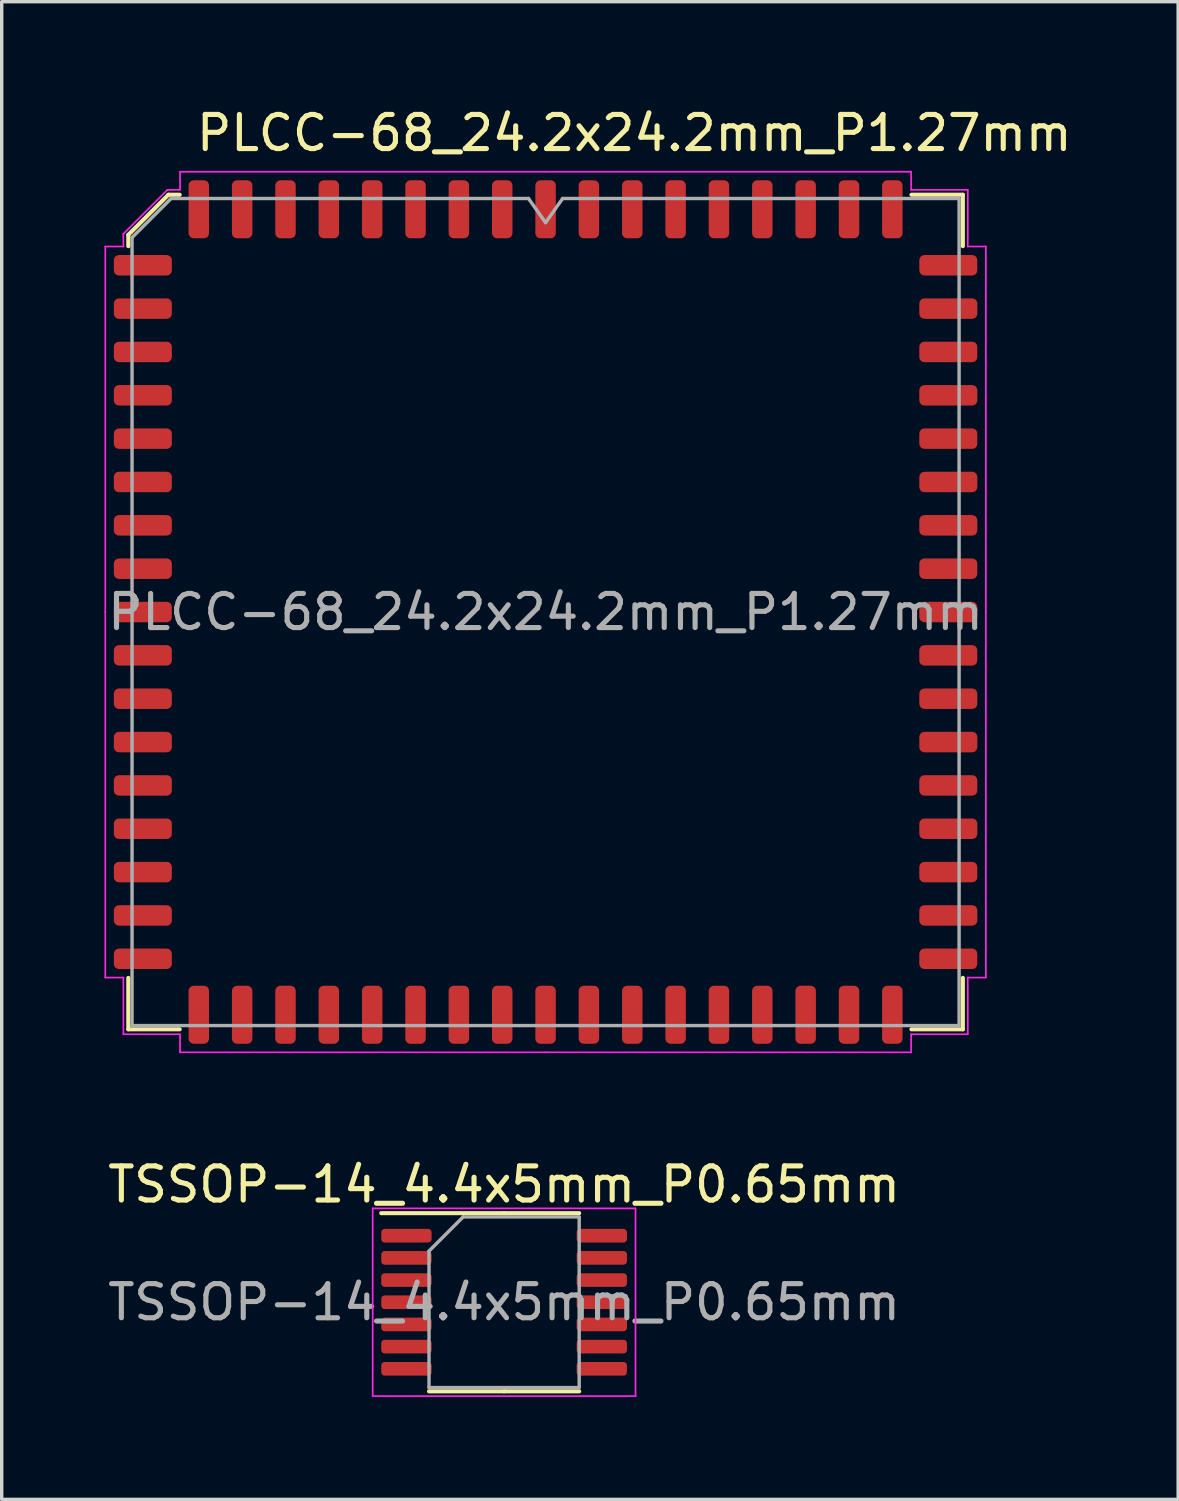
<source format=kicad_pcb>
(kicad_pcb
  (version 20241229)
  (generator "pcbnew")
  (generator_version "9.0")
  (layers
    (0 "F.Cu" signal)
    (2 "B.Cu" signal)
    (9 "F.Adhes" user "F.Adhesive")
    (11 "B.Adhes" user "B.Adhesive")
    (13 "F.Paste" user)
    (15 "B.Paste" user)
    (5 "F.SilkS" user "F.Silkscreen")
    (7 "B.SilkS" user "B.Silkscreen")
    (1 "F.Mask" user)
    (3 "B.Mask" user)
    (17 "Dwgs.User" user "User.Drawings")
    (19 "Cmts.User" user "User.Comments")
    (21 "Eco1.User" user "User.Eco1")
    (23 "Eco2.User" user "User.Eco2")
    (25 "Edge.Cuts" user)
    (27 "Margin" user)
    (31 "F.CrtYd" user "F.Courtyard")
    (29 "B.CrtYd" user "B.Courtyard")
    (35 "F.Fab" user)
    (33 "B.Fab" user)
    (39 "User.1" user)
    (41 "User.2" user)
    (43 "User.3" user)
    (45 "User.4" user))
  (footprint "TSSOP-14_4.4x5mm_P0.65mm"
    (layer "F.Cu")
    (at 11.72 35.105)
    (property "Reference" "TSSOP-14_4.4x5mm_P0.65mm" (at 0 -3.45 0) (layer "F.SilkS") (effects (font (size 1 1) (thickness 0.15))))
    (attr smd)
    (fp_line (start 0 -2.61) (end -3.6 -2.61) (stroke (width 0.12) (type solid)) (layer "F.SilkS"))
    (fp_line (start 0 -2.61) (end 2.2 -2.61) (stroke (width 0.12) (type solid)) (layer "F.SilkS"))
    (fp_line (start 0 2.61) (end -2.2 2.61) (stroke (width 0.12) (type solid)) (layer "F.SilkS"))
    (fp_line (start 0 2.61) (end 2.2 2.61) (stroke (width 0.12) (type solid)) (layer "F.SilkS"))
    (fp_line (start -3.85 -2.75) (end -3.85 2.75) (stroke (width 0.05) (type solid)) (layer "F.CrtYd"))
    (fp_line (start -3.85 2.75) (end 3.85 2.75) (stroke (width 0.05) (type solid)) (layer "F.CrtYd"))
    (fp_line (start 3.85 -2.75) (end -3.85 -2.75) (stroke (width 0.05) (type solid)) (layer "F.CrtYd"))
    (fp_line (start 3.85 2.75) (end 3.85 -2.75) (stroke (width 0.05) (type solid)) (layer "F.CrtYd"))
    (fp_line (start -2.2 -1.5) (end -1.2 -2.5) (stroke (width 0.1) (type solid)) (layer "F.Fab"))
    (fp_line (start -2.2 2.5) (end -2.2 -1.5) (stroke (width 0.1) (type solid)) (layer "F.Fab"))
    (fp_line (start -1.2 -2.5) (end 2.2 -2.5) (stroke (width 0.1) (type solid)) (layer "F.Fab"))
    (fp_line (start 2.2 -2.5) (end 2.2 2.5) (stroke (width 0.1) (type solid)) (layer "F.Fab"))
    (fp_line (start 2.2 2.5) (end -2.2 2.5) (stroke (width 0.1) (type solid)) (layer "F.Fab"))
    (fp_text user "${REFERENCE}" (at 0 0 0) (layer "F.Fab") (effects (font (size 1 1) (thickness 0.15))))
    (pad "1" smd roundrect (at -2.862 -1.95) (size 1.475 0.4) (layers "F.Cu" "F.Mask" "F.Paste") (roundrect_rratio 0.25))
    (pad "2" smd roundrect (at -2.862 -1.3) (size 1.475 0.4) (layers "F.Cu" "F.Mask" "F.Paste") (roundrect_rratio 0.25))
    (pad "3" smd roundrect (at -2.862 -0.65) (size 1.475 0.4) (layers "F.Cu" "F.Mask" "F.Paste") (roundrect_rratio 0.25))
    (pad "4" smd roundrect (at -2.862 0) (size 1.475 0.4) (layers "F.Cu" "F.Mask" "F.Paste") (roundrect_rratio 0.25))
    (pad "5" smd roundrect (at -2.862 0.65) (size 1.475 0.4) (layers "F.Cu" "F.Mask" "F.Paste") (roundrect_rratio 0.25))
    (pad "6" smd roundrect (at -2.862 1.3) (size 1.475 0.4) (layers "F.Cu" "F.Mask" "F.Paste") (roundrect_rratio 0.25))
    (pad "7" smd roundrect (at -2.862 1.95) (size 1.475 0.4) (layers "F.Cu" "F.Mask" "F.Paste") (roundrect_rratio 0.25))
    (pad "8" smd roundrect (at 2.862 1.95) (size 1.475 0.4) (layers "F.Cu" "F.Mask" "F.Paste") (roundrect_rratio 0.25))
    (pad "9" smd roundrect (at 2.862 1.3) (size 1.475 0.4) (layers "F.Cu" "F.Mask" "F.Paste") (roundrect_rratio 0.25))
    (pad "10" smd roundrect (at 2.862 0.65) (size 1.475 0.4) (layers "F.Cu" "F.Mask" "F.Paste") (roundrect_rratio 0.25))
    (pad "11" smd roundrect (at 2.862 0) (size 1.475 0.4) (layers "F.Cu" "F.Mask" "F.Paste") (roundrect_rratio 0.25))
    (pad "12" smd roundrect (at 2.862 -0.65) (size 1.475 0.4) (layers "F.Cu" "F.Mask" "F.Paste") (roundrect_rratio 0.25))
    (pad "13" smd roundrect (at 2.862 -1.3) (size 1.475 0.4) (layers "F.Cu" "F.Mask" "F.Paste") (roundrect_rratio 0.25))
    (pad "14" smd roundrect (at 2.862 -1.95) (size 1.475 0.4) (layers "F.Cu" "F.Mask" "F.Paste") (roundrect_rratio 0.25)))
  (footprint "PLCC-68_24.2x24.2mm_P1.27mm"
    (layer "F.Cu")
    (at 12.935 14.882)
    (property "Reference" "PLCC-68_24.2x24.2mm_P1.27mm" (at 2.6 -14.034 0) (layer "F.SilkS") (effects (font (size 1 1) (thickness 0.15))))
    (attr smd)
    (fp_line (start -12.226 -11.051) (end -12.226 -10.72) (stroke (width 0.12) (type solid)) (layer "F.SilkS"))
    (fp_line (start -12.226 12.226) (end -12.226 10.72) (stroke (width 0.12) (type solid)) (layer "F.SilkS"))
    (fp_line (start -11.051 -12.226) (end -12.226 -11.051) (stroke (width 0.12) (type solid)) (layer "F.SilkS"))
    (fp_line (start -10.72 -12.226) (end -11.051 -12.226) (stroke (width 0.12) (type solid)) (layer "F.SilkS"))
    (fp_line (start -10.72 12.226) (end -12.226 12.226) (stroke (width 0.12) (type solid)) (layer "F.SilkS"))
    (fp_line (start 10.72 -12.226) (end 12.226 -12.226) (stroke (width 0.12) (type solid)) (layer "F.SilkS"))
    (fp_line (start 10.72 12.226) (end 12.226 12.226) (stroke (width 0.12) (type solid)) (layer "F.SilkS"))
    (fp_line (start 12.226 -12.226) (end 12.226 -10.72) (stroke (width 0.12) (type solid)) (layer "F.SilkS"))
    (fp_line (start 12.226 12.226) (end 12.226 10.72) (stroke (width 0.12) (type solid)) (layer "F.SilkS"))
    (fp_line (start -12.9 -10.71) (end -12.9 0) (stroke (width 0.05) (type solid)) (layer "F.CrtYd"))
    (fp_line (start -12.9 10.71) (end -12.9 0) (stroke (width 0.05) (type solid)) (layer "F.CrtYd"))
    (fp_line (start -12.37 -11.08) (end -12.37 -10.71) (stroke (width 0.05) (type solid)) (layer "F.CrtYd"))
    (fp_line (start -12.37 -10.71) (end -12.9 -10.71) (stroke (width 0.05) (type solid)) (layer "F.CrtYd"))
    (fp_line (start -12.37 10.71) (end -12.9 10.71) (stroke (width 0.05) (type solid)) (layer "F.CrtYd"))
    (fp_line (start -12.37 12.37) (end -12.37 10.71) (stroke (width 0.05) (type solid)) (layer "F.CrtYd"))
    (fp_line (start -11.08 -12.37) (end -12.37 -11.08) (stroke (width 0.05) (type solid)) (layer "F.CrtYd"))
    (fp_line (start -10.71 -12.9) (end -10.71 -12.37) (stroke (width 0.05) (type solid)) (layer "F.CrtYd"))
    (fp_line (start -10.71 -12.37) (end -11.08 -12.37) (stroke (width 0.05) (type solid)) (layer "F.CrtYd"))
    (fp_line (start -10.71 12.37) (end -12.37 12.37) (stroke (width 0.05) (type solid)) (layer "F.CrtYd"))
    (fp_line (start -10.71 12.9) (end -10.71 12.37) (stroke (width 0.05) (type solid)) (layer "F.CrtYd"))
    (fp_line (start 0 -12.9) (end -10.71 -12.9) (stroke (width 0.05) (type solid)) (layer "F.CrtYd"))
    (fp_line (start 0 -12.9) (end 10.71 -12.9) (stroke (width 0.05) (type solid)) (layer "F.CrtYd"))
    (fp_line (start 0 12.9) (end -10.71 12.9) (stroke (width 0.05) (type solid)) (layer "F.CrtYd"))
    (fp_line (start 0 12.9) (end 10.71 12.9) (stroke (width 0.05) (type solid)) (layer "F.CrtYd"))
    (fp_line (start 10.71 -12.9) (end 10.71 -12.37) (stroke (width 0.05) (type solid)) (layer "F.CrtYd"))
    (fp_line (start 10.71 -12.37) (end 12.37 -12.37) (stroke (width 0.05) (type solid)) (layer "F.CrtYd"))
    (fp_line (start 10.71 12.37) (end 12.37 12.37) (stroke (width 0.05) (type solid)) (layer "F.CrtYd"))
    (fp_line (start 10.71 12.9) (end 10.71 12.37) (stroke (width 0.05) (type solid)) (layer "F.CrtYd"))
    (fp_line (start 12.37 -12.37) (end 12.37 -10.71) (stroke (width 0.05) (type solid)) (layer "F.CrtYd"))
    (fp_line (start 12.37 -10.71) (end 12.9 -10.71) (stroke (width 0.05) (type solid)) (layer "F.CrtYd"))
    (fp_line (start 12.37 10.71) (end 12.9 10.71) (stroke (width 0.05) (type solid)) (layer "F.CrtYd"))
    (fp_line (start 12.37 12.37) (end 12.37 10.71) (stroke (width 0.05) (type solid)) (layer "F.CrtYd"))
    (fp_line (start 12.9 -10.71) (end 12.9 0) (stroke (width 0.05) (type solid)) (layer "F.CrtYd"))
    (fp_line (start 12.9 10.71) (end 12.9 0) (stroke (width 0.05) (type solid)) (layer "F.CrtYd"))
    (fp_line (start -12.116 -10.973) (end -10.973 -12.116) (stroke (width 0.1) (type solid)) (layer "F.Fab"))
    (fp_line (start -12.116 12.116) (end -12.116 -10.973) (stroke (width 0.1) (type solid)) (layer "F.Fab"))
    (fp_line (start -10.973 -12.116) (end -0.5 -12.116) (stroke (width 0.1) (type solid)) (layer "F.Fab"))
    (fp_line (start -0.5 -12.116) (end 0 -11.409) (stroke (width 0.1) (type solid)) (layer "F.Fab"))
    (fp_line (start 0 -11.409) (end 0.5 -12.116) (stroke (width 0.1) (type solid)) (layer "F.Fab"))
    (fp_line (start 0.5 -12.116) (end 12.116 -12.116) (stroke (width 0.1) (type solid)) (layer "F.Fab"))
    (fp_line (start 12.116 -12.116) (end 12.116 12.116) (stroke (width 0.1) (type solid)) (layer "F.Fab"))
    (fp_line (start 12.116 12.116) (end -12.116 12.116) (stroke (width 0.1) (type solid)) (layer "F.Fab"))
    (fp_text user "${REFERENCE}" (at 0 0 0) (layer "F.Fab") (effects (font (size 1 1) (thickness 0.15))))
    (pad "1" smd roundrect (at 0 -11.8) (size 0.6 1.7) (layers "F.Cu" "F.Mask" "F.Paste") (roundrect_rratio 0.25))
    (pad "2" smd roundrect (at -1.27 -11.8) (size 0.6 1.7) (layers "F.Cu" "F.Mask" "F.Paste") (roundrect_rratio 0.25))
    (pad "3" smd roundrect (at -2.54 -11.8) (size 0.6 1.7) (layers "F.Cu" "F.Mask" "F.Paste") (roundrect_rratio 0.25))
    (pad "4" smd roundrect (at -3.81 -11.8) (size 0.6 1.7) (layers "F.Cu" "F.Mask" "F.Paste") (roundrect_rratio 0.25))
    (pad "5" smd roundrect (at -5.08 -11.8) (size 0.6 1.7) (layers "F.Cu" "F.Mask" "F.Paste") (roundrect_rratio 0.25))
    (pad "6" smd roundrect (at -6.35 -11.8) (size 0.6 1.7) (layers "F.Cu" "F.Mask" "F.Paste") (roundrect_rratio 0.25))
    (pad "7" smd roundrect (at -7.62 -11.8) (size 0.6 1.7) (layers "F.Cu" "F.Mask" "F.Paste") (roundrect_rratio 0.25))
    (pad "8" smd roundrect (at -8.89 -11.8) (size 0.6 1.7) (layers "F.Cu" "F.Mask" "F.Paste") (roundrect_rratio 0.25))
    (pad "9" smd roundrect (at -10.16 -11.8) (size 0.6 1.7) (layers "F.Cu" "F.Mask" "F.Paste") (roundrect_rratio 0.25))
    (pad "10" smd roundrect (at -11.8 -10.16) (size 1.7 0.6) (layers "F.Cu" "F.Mask" "F.Paste") (roundrect_rratio 0.25))
    (pad "11" smd roundrect (at -11.8 -8.89) (size 1.7 0.6) (layers "F.Cu" "F.Mask" "F.Paste") (roundrect_rratio 0.25))
    (pad "12" smd roundrect (at -11.8 -7.62) (size 1.7 0.6) (layers "F.Cu" "F.Mask" "F.Paste") (roundrect_rratio 0.25))
    (pad "13" smd roundrect (at -11.8 -6.35) (size 1.7 0.6) (layers "F.Cu" "F.Mask" "F.Paste") (roundrect_rratio 0.25))
    (pad "14" smd roundrect (at -11.8 -5.08) (size 1.7 0.6) (layers "F.Cu" "F.Mask" "F.Paste") (roundrect_rratio 0.25))
    (pad "15" smd roundrect (at -11.8 -3.81) (size 1.7 0.6) (layers "F.Cu" "F.Mask" "F.Paste") (roundrect_rratio 0.25))
    (pad "16" smd roundrect (at -11.8 -2.54) (size 1.7 0.6) (layers "F.Cu" "F.Mask" "F.Paste") (roundrect_rratio 0.25))
    (pad "17" smd roundrect (at -11.8 -1.27) (size 1.7 0.6) (layers "F.Cu" "F.Mask" "F.Paste") (roundrect_rratio 0.25))
    (pad "18" smd roundrect (at -11.8 0) (size 1.7 0.6) (layers "F.Cu" "F.Mask" "F.Paste") (roundrect_rratio 0.25))
    (pad "19" smd roundrect (at -11.8 1.27) (size 1.7 0.6) (layers "F.Cu" "F.Mask" "F.Paste") (roundrect_rratio 0.25))
    (pad "20" smd roundrect (at -11.8 2.54) (size 1.7 0.6) (layers "F.Cu" "F.Mask" "F.Paste") (roundrect_rratio 0.25))
    (pad "21" smd roundrect (at -11.8 3.81) (size 1.7 0.6) (layers "F.Cu" "F.Mask" "F.Paste") (roundrect_rratio 0.25))
    (pad "22" smd roundrect (at -11.8 5.08) (size 1.7 0.6) (layers "F.Cu" "F.Mask" "F.Paste") (roundrect_rratio 0.25))
    (pad "23" smd roundrect (at -11.8 6.35) (size 1.7 0.6) (layers "F.Cu" "F.Mask" "F.Paste") (roundrect_rratio 0.25))
    (pad "24" smd roundrect (at -11.8 7.62) (size 1.7 0.6) (layers "F.Cu" "F.Mask" "F.Paste") (roundrect_rratio 0.25))
    (pad "25" smd roundrect (at -11.8 8.89) (size 1.7 0.6) (layers "F.Cu" "F.Mask" "F.Paste") (roundrect_rratio 0.25))
    (pad "26" smd roundrect (at -11.8 10.16) (size 1.7 0.6) (layers "F.Cu" "F.Mask" "F.Paste") (roundrect_rratio 0.25))
    (pad "27" smd roundrect (at -10.16 11.8) (size 0.6 1.7) (layers "F.Cu" "F.Mask" "F.Paste") (roundrect_rratio 0.25))
    (pad "28" smd roundrect (at -8.89 11.8) (size 0.6 1.7) (layers "F.Cu" "F.Mask" "F.Paste") (roundrect_rratio 0.25))
    (pad "29" smd roundrect (at -7.62 11.8) (size 0.6 1.7) (layers "F.Cu" "F.Mask" "F.Paste") (roundrect_rratio 0.25))
    (pad "30" smd roundrect (at -6.35 11.8) (size 0.6 1.7) (layers "F.Cu" "F.Mask" "F.Paste") (roundrect_rratio 0.25))
    (pad "31" smd roundrect (at -5.08 11.8) (size 0.6 1.7) (layers "F.Cu" "F.Mask" "F.Paste") (roundrect_rratio 0.25))
    (pad "32" smd roundrect (at -3.81 11.8) (size 0.6 1.7) (layers "F.Cu" "F.Mask" "F.Paste") (roundrect_rratio 0.25))
    (pad "33" smd roundrect (at -2.54 11.8) (size 0.6 1.7) (layers "F.Cu" "F.Mask" "F.Paste") (roundrect_rratio 0.25))
    (pad "34" smd roundrect (at -1.27 11.8) (size 0.6 1.7) (layers "F.Cu" "F.Mask" "F.Paste") (roundrect_rratio 0.25))
    (pad "35" smd roundrect (at 0 11.8) (size 0.6 1.7) (layers "F.Cu" "F.Mask" "F.Paste") (roundrect_rratio 0.25))
    (pad "36" smd roundrect (at 1.27 11.8) (size 0.6 1.7) (layers "F.Cu" "F.Mask" "F.Paste") (roundrect_rratio 0.25))
    (pad "37" smd roundrect (at 2.54 11.8) (size 0.6 1.7) (layers "F.Cu" "F.Mask" "F.Paste") (roundrect_rratio 0.25))
    (pad "38" smd roundrect (at 3.81 11.8) (size 0.6 1.7) (layers "F.Cu" "F.Mask" "F.Paste") (roundrect_rratio 0.25))
    (pad "39" smd roundrect (at 5.08 11.8) (size 0.6 1.7) (layers "F.Cu" "F.Mask" "F.Paste") (roundrect_rratio 0.25))
    (pad "40" smd roundrect (at 6.35 11.8) (size 0.6 1.7) (layers "F.Cu" "F.Mask" "F.Paste") (roundrect_rratio 0.25))
    (pad "41" smd roundrect (at 7.62 11.8) (size 0.6 1.7) (layers "F.Cu" "F.Mask" "F.Paste") (roundrect_rratio 0.25))
    (pad "42" smd roundrect (at 8.89 11.8) (size 0.6 1.7) (layers "F.Cu" "F.Mask" "F.Paste") (roundrect_rratio 0.25))
    (pad "43" smd roundrect (at 10.16 11.8) (size 0.6 1.7) (layers "F.Cu" "F.Mask" "F.Paste") (roundrect_rratio 0.25))
    (pad "44" smd roundrect (at 11.8 10.16) (size 1.7 0.6) (layers "F.Cu" "F.Mask" "F.Paste") (roundrect_rratio 0.25))
    (pad "45" smd roundrect (at 11.8 8.89) (size 1.7 0.6) (layers "F.Cu" "F.Mask" "F.Paste") (roundrect_rratio 0.25))
    (pad "46" smd roundrect (at 11.8 7.62) (size 1.7 0.6) (layers "F.Cu" "F.Mask" "F.Paste") (roundrect_rratio 0.25))
    (pad "47" smd roundrect (at 11.8 6.35) (size 1.7 0.6) (layers "F.Cu" "F.Mask" "F.Paste") (roundrect_rratio 0.25))
    (pad "48" smd roundrect (at 11.8 5.08) (size 1.7 0.6) (layers "F.Cu" "F.Mask" "F.Paste") (roundrect_rratio 0.25))
    (pad "49" smd roundrect (at 11.8 3.81) (size 1.7 0.6) (layers "F.Cu" "F.Mask" "F.Paste") (roundrect_rratio 0.25))
    (pad "50" smd roundrect (at 11.8 2.54) (size 1.7 0.6) (layers "F.Cu" "F.Mask" "F.Paste") (roundrect_rratio 0.25))
    (pad "51" smd roundrect (at 11.8 1.27) (size 1.7 0.6) (layers "F.Cu" "F.Mask" "F.Paste") (roundrect_rratio 0.25))
    (pad "52" smd roundrect (at 11.8 0) (size 1.7 0.6) (layers "F.Cu" "F.Mask" "F.Paste") (roundrect_rratio 0.25))
    (pad "53" smd roundrect (at 11.8 -1.27) (size 1.7 0.6) (layers "F.Cu" "F.Mask" "F.Paste") (roundrect_rratio 0.25))
    (pad "54" smd roundrect (at 11.8 -2.54) (size 1.7 0.6) (layers "F.Cu" "F.Mask" "F.Paste") (roundrect_rratio 0.25))
    (pad "55" smd roundrect (at 11.8 -3.81) (size 1.7 0.6) (layers "F.Cu" "F.Mask" "F.Paste") (roundrect_rratio 0.25))
    (pad "56" smd roundrect (at 11.8 -5.08) (size 1.7 0.6) (layers "F.Cu" "F.Mask" "F.Paste") (roundrect_rratio 0.25))
    (pad "57" smd roundrect (at 11.8 -6.35) (size 1.7 0.6) (layers "F.Cu" "F.Mask" "F.Paste") (roundrect_rratio 0.25))
    (pad "58" smd roundrect (at 11.8 -7.62) (size 1.7 0.6) (layers "F.Cu" "F.Mask" "F.Paste") (roundrect_rratio 0.25))
    (pad "59" smd roundrect (at 11.8 -8.89) (size 1.7 0.6) (layers "F.Cu" "F.Mask" "F.Paste") (roundrect_rratio 0.25))
    (pad "60" smd roundrect (at 11.8 -10.16) (size 1.7 0.6) (layers "F.Cu" "F.Mask" "F.Paste") (roundrect_rratio 0.25))
    (pad "61" smd roundrect (at 10.16 -11.8) (size 0.6 1.7) (layers "F.Cu" "F.Mask" "F.Paste") (roundrect_rratio 0.25))
    (pad "62" smd roundrect (at 8.89 -11.8) (size 0.6 1.7) (layers "F.Cu" "F.Mask" "F.Paste") (roundrect_rratio 0.25))
    (pad "63" smd roundrect (at 7.62 -11.8) (size 0.6 1.7) (layers "F.Cu" "F.Mask" "F.Paste") (roundrect_rratio 0.25))
    (pad "64" smd roundrect (at 6.35 -11.8) (size 0.6 1.7) (layers "F.Cu" "F.Mask" "F.Paste") (roundrect_rratio 0.25))
    (pad "65" smd roundrect (at 5.08 -11.8) (size 0.6 1.7) (layers "F.Cu" "F.Mask" "F.Paste") (roundrect_rratio 0.25))
    (pad "66" smd roundrect (at 3.81 -11.8) (size 0.6 1.7) (layers "F.Cu" "F.Mask" "F.Paste") (roundrect_rratio 0.25))
    (pad "67" smd roundrect (at 2.54 -11.8) (size 0.6 1.7) (layers "F.Cu" "F.Mask" "F.Paste") (roundrect_rratio 0.25))
    (pad "68" smd roundrect (at 1.27 -11.8) (size 0.6 1.7) (layers "F.Cu" "F.Mask" "F.Paste") (roundrect_rratio 0.25)))
  (gr_rect
    (start -3 -3)
    (end 31.469 40.88)
    (stroke (width 0.1) (type default))
    (fill no)
    (layer "Edge.Cuts")))
</source>
